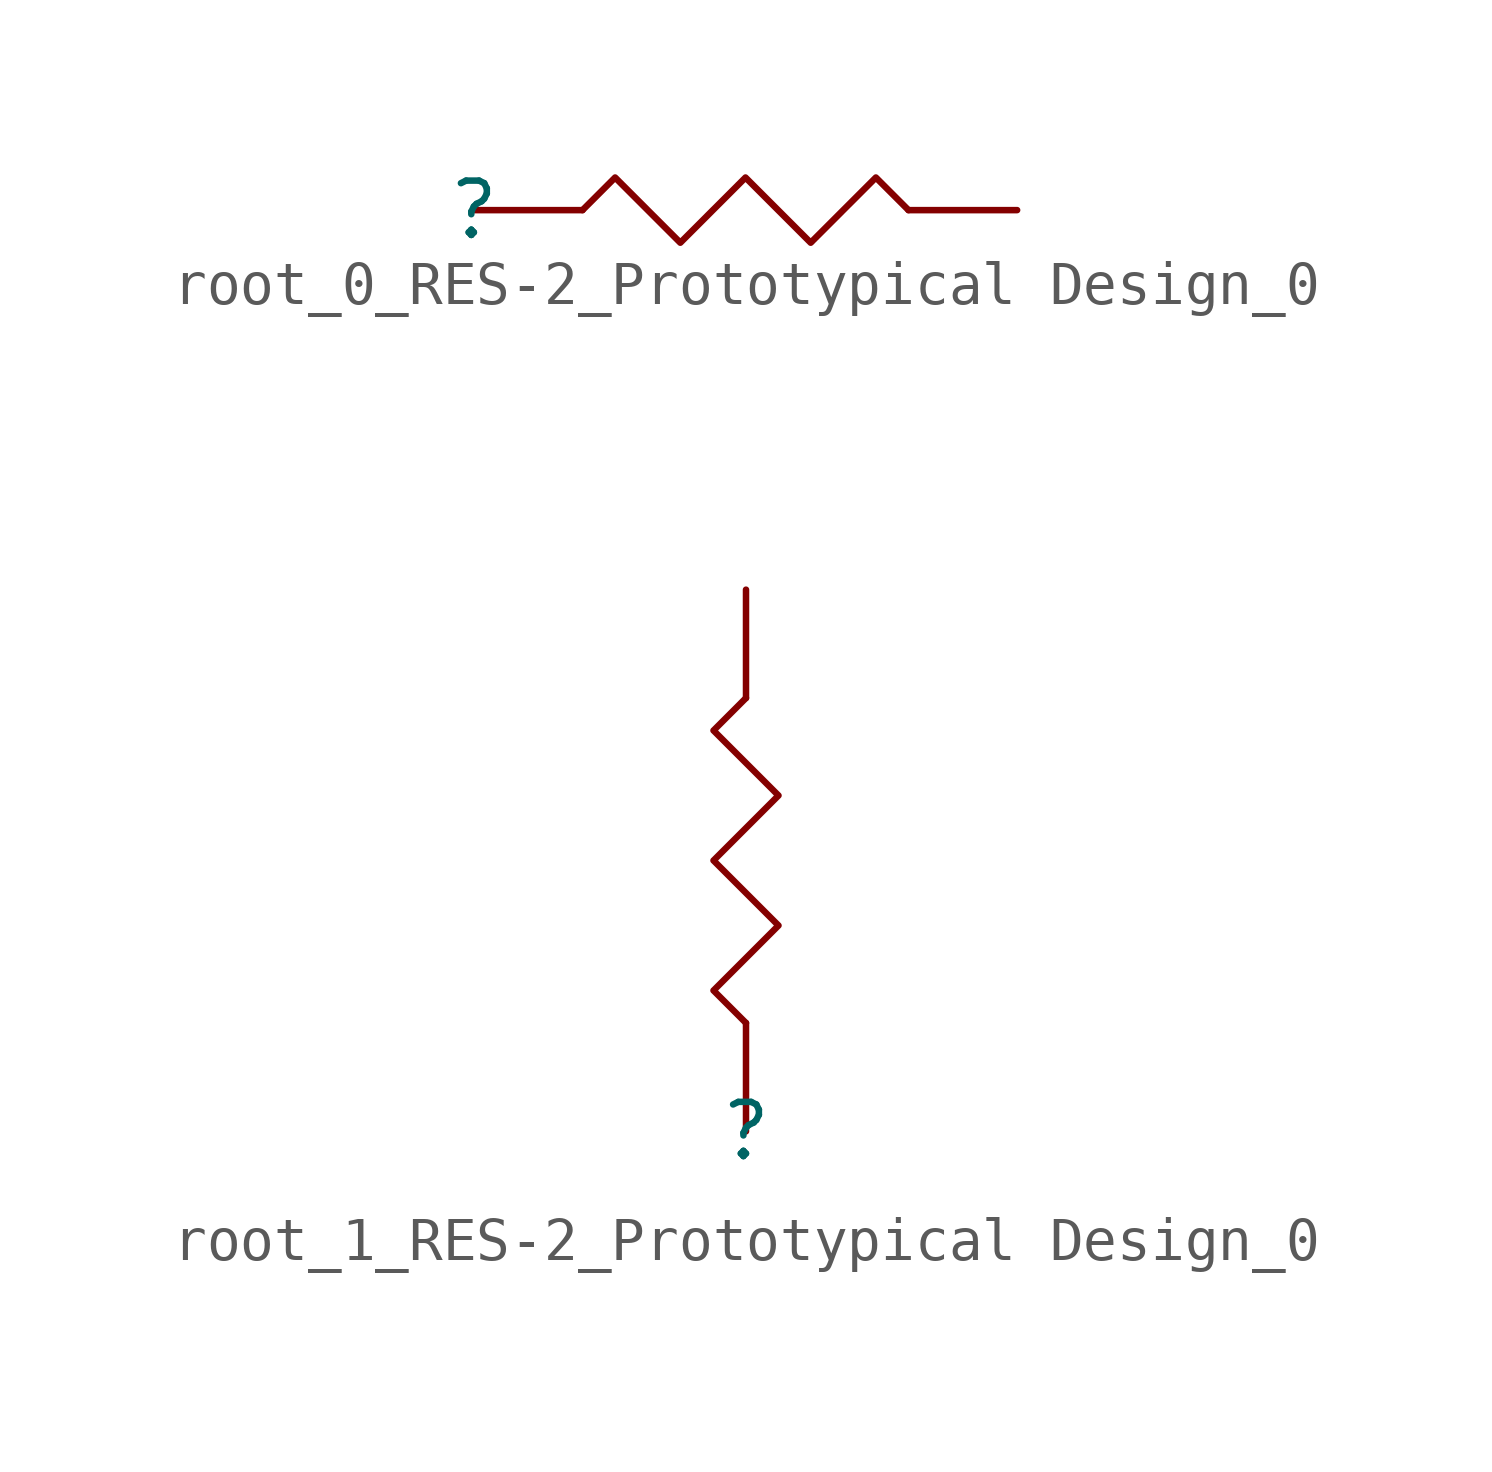
<source format=kicad_sym>
(kicad_symbol_lib
  (version 20241209)
  (generator "kicad_symbol_editor")
  (generator_version "9.0")
  (symbol "root_0_RES-2_Prototypical Design_0"
    (pin_numbers
      (hide yes))
    (pin_names
      (hide yes))
    (property "Reference" ""
      (at 0 0 0)
      (effects (font (size 1.27 1.27))))
    (property "Value" ""
      (at 0 0 0)
      (effects (font (size 1.27 1.27))))
    (symbol "root_0_RES-2_Prototypical Design_0_1_0"
      (polyline (pts (xy 10.16 0) (xy 9.398 0.762) (xy 8.636 0) (xy 7.874 -0.762) (xy 6.35 0.762) (xy 4.826 -0.762) (xy 3.302 0.762) (xy 2.54 0)) (stroke (width 0) (type solid)) (fill (type none)))
      (pin passive line (at 0 0 0) (length 2.54) (name "1" (effects (font (size 1.27 1.27)))) (number "1" (effects (font (size 1.27 1.27)))))
      (pin passive line (at 12.7 0 180) (length 2.54) (name "2" (effects (font (size 1.27 1.27)))) (number "2" (effects (font (size 1.27 1.27)))))))
  (symbol "root_1_RES-2_Prototypical Design_0"
    (pin_numbers
      (hide yes))
    (pin_names
      (hide yes))
    (property "Reference" ""
      (at 0 0 0)
      (effects (font (size 1.27 1.27))))
    (property "Value" ""
      (at 0 0 0)
      (effects (font (size 1.27 1.27))))
    (symbol "root_1_RES-2_Prototypical Design_0_1_0"
      (polyline (pts (xy 0 10.16) (xy -0.762 9.398) (xy 0 8.636) (xy 0.762 7.874) (xy -0.762 6.35) (xy 0.762 4.826) (xy -0.762 3.302) (xy 0 2.54)) (stroke (width 0) (type solid)) (fill (type none)))
      (pin passive line (at 0 12.7 270) (length 2.54) (name "2" (effects (font (size 1.27 1.27)))) (number "2" (effects (font (size 1.27 1.27)))))
      (pin passive line (at 0 0 90) (length 2.54) (name "1" (effects (font (size 1.27 1.27)))) (number "1" (effects (font (size 1.27 1.27))))))))
</source>
